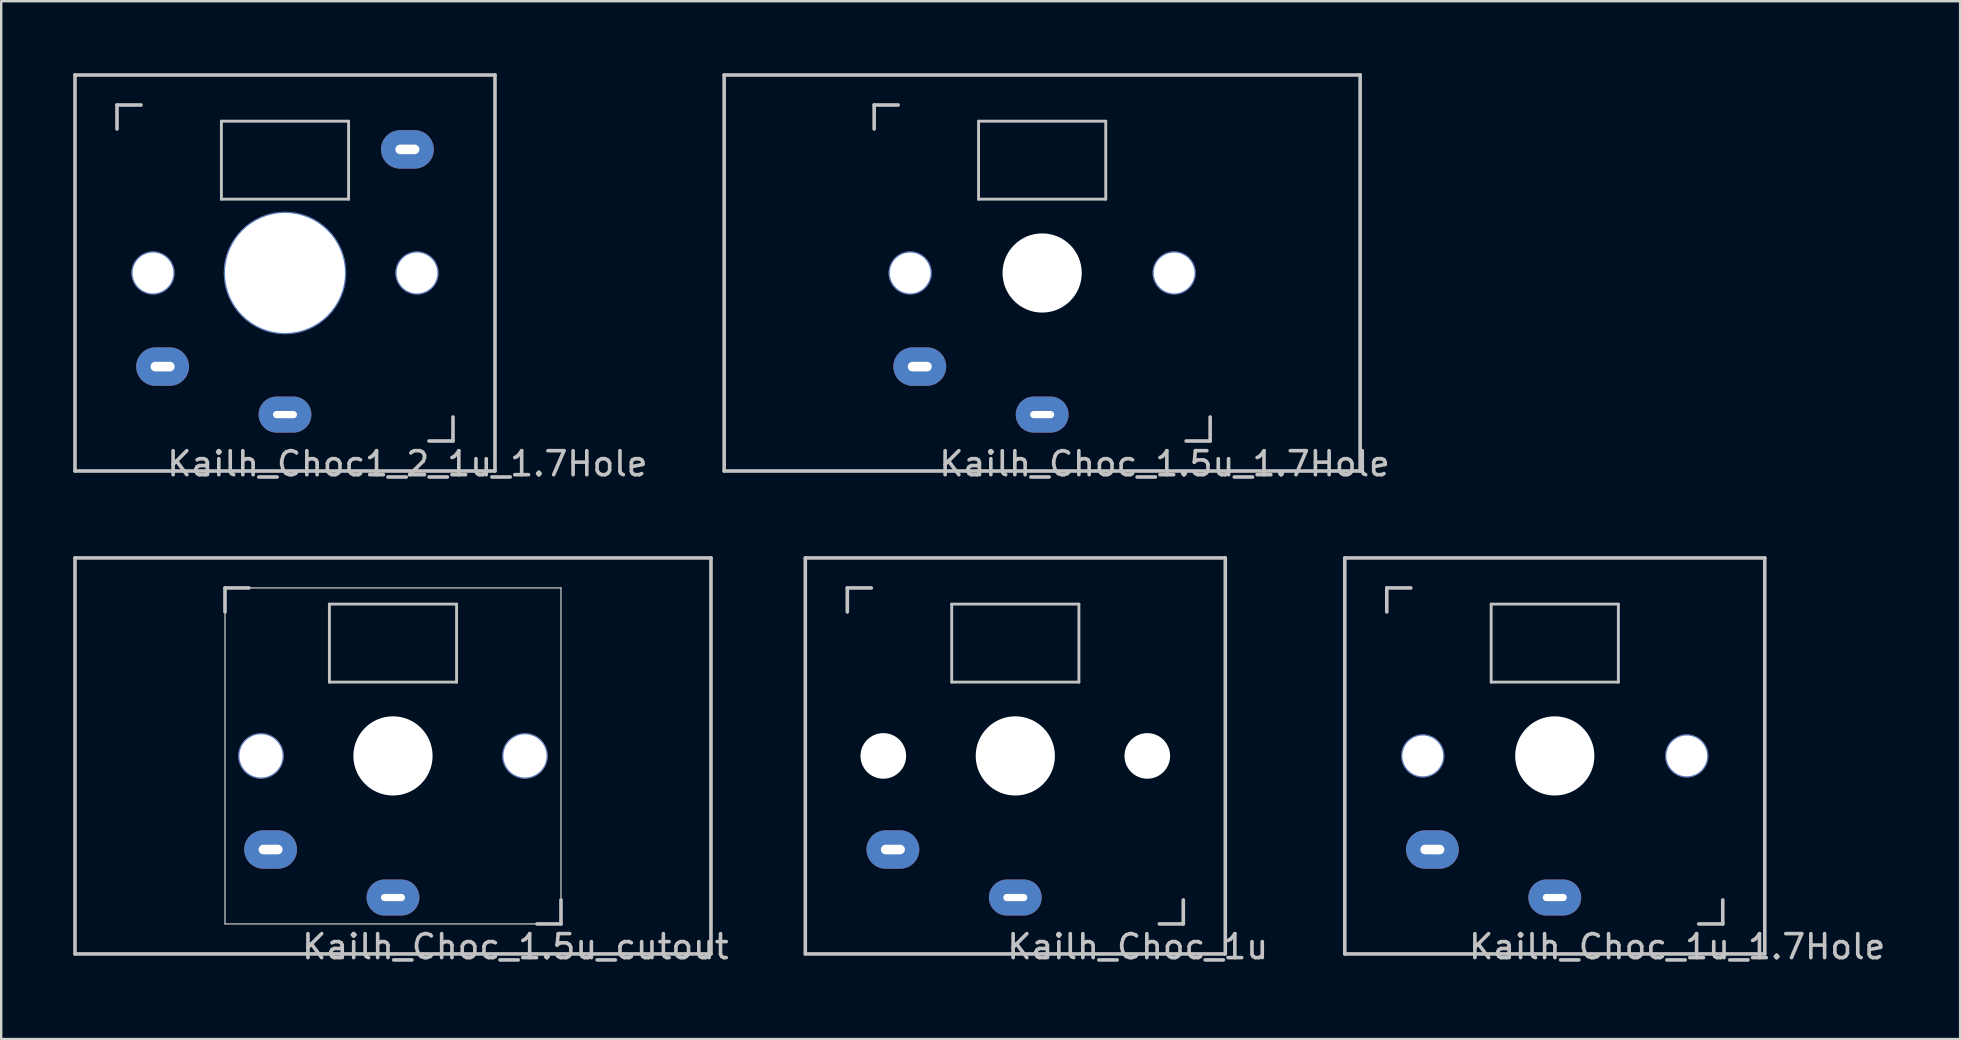
<source format=kicad_pcb>
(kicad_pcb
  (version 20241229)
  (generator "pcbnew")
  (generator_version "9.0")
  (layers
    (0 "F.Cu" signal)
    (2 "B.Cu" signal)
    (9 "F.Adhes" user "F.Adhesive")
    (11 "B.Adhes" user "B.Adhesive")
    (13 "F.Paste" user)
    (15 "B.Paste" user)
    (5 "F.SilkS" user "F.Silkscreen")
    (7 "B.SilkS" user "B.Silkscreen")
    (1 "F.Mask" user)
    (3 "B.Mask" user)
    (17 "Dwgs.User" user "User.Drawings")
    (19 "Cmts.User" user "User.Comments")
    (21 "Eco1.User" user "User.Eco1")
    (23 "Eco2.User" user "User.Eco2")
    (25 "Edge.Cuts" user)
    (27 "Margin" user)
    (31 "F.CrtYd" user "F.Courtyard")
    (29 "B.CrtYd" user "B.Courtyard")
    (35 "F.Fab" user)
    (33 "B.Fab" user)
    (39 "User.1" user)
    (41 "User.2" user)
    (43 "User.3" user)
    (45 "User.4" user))
  (footprint "Kailh_Choc_1.5u_cutout"
    (layer "F.Cu")
    (at 13.325 28.448)
    (property "Reference" "Kailh_Choc_1.5u_cutout" (at 5.1 7.95 180) (layer "Dwgs.User") (effects (font (size 1 1) (thickness 0.15))))
    (fp_line (start -13.25 -8.25) (end 13.25 -8.25) (stroke (width 0.15) (type solid)) (layer "Dwgs.User"))
    (fp_line (start -13.25 8.25) (end -13.25 -8.25) (stroke (width 0.15) (type solid)) (layer "Dwgs.User"))
    (fp_line (start -7 -7) (end -6 -7) (stroke (width 0.15) (type solid)) (layer "Dwgs.User"))
    (fp_line (start -7 -6) (end -7 -7) (stroke (width 0.15) (type solid)) (layer "Dwgs.User"))
    (fp_line (start -2.65 -6.325) (end 2.65 -6.325) (stroke (width 0.12) (type solid)) (layer "Dwgs.User"))
    (fp_line (start -2.65 -3.075) (end -2.65 -6.325) (stroke (width 0.12) (type solid)) (layer "Dwgs.User"))
    (fp_line (start 2.65 -6.325) (end 2.65 -3.075) (stroke (width 0.12) (type solid)) (layer "Dwgs.User"))
    (fp_line (start 2.65 -3.075) (end -2.65 -3.075) (stroke (width 0.12) (type solid)) (layer "Dwgs.User"))
    (fp_line (start 6 7) (end 7 7) (stroke (width 0.15) (type solid)) (layer "Dwgs.User"))
    (fp_line (start 7 7) (end 7 6) (stroke (width 0.15) (type solid)) (layer "Dwgs.User"))
    (fp_line (start 13.25 -8.25) (end 13.25 8.25) (stroke (width 0.15) (type solid)) (layer "Dwgs.User"))
    (fp_line (start 13.25 8.25) (end -13.25 8.25) (stroke (width 0.15) (type solid)) (layer "Dwgs.User"))
    (fp_line (start -7 -7) (end 7 -7) (stroke (width 0.05) (type solid)) (layer "Edge.Cuts"))
    (fp_line (start -7 7) (end -7 -7) (stroke (width 0.05) (type solid)) (layer "Edge.Cuts"))
    (fp_line (start 7 -7) (end 7 7) (stroke (width 0.05) (type solid)) (layer "Edge.Cuts"))
    (fp_line (start 7 7) (end -7 7) (stroke (width 0.05) (type solid)) (layer "Edge.Cuts"))
    (pad "" np_thru_hole circle (at -5.5 0 90) (size 1.9 1.9) (drill 1.8) (layers "*.Cu" "*.Mask"))
    (pad "" np_thru_hole circle (at 0 0 90) (size 3.3 3.3) (drill 3.3) (layers "*.Cu" "*.Mask"))
    (pad "" np_thru_hole circle (at 5.5 0 90) (size 1.9 1.9) (drill 1.8) (layers "*.Cu" "*.Mask"))
    (pad "1" thru_hole oval (at -5.1 3.9) (size 2.2 1.6) (drill oval 1 0.4) (layers "*.Cu" "B.Mask"))
    (pad "2" thru_hole oval (at 0 5.9) (size 2.2 1.5) (drill oval 1 0.3) (layers "*.Cu" "B.Mask")))
  (footprint "Kailh_Choc_1u_1.7Hole"
    (layer "F.Cu")
    (at 61.735 28.448)
    (property "Reference" "Kailh_Choc_1u_1.7Hole" (at 5.1 7.95 180) (layer "Dwgs.User") (effects (font (size 1 1) (thickness 0.15))))
    (fp_line (start -8.75 -8.25) (end 8.75 -8.25) (stroke (width 0.15) (type solid)) (layer "Dwgs.User"))
    (fp_line (start -8.75 8.25) (end -8.75 -8.25) (stroke (width 0.15) (type solid)) (layer "Dwgs.User"))
    (fp_line (start -7 -7) (end -6 -7) (stroke (width 0.15) (type solid)) (layer "Dwgs.User"))
    (fp_line (start -7 -6) (end -7 -7) (stroke (width 0.15) (type solid)) (layer "Dwgs.User"))
    (fp_line (start -2.65 -6.325) (end 2.65 -6.325) (stroke (width 0.12) (type solid)) (layer "Dwgs.User"))
    (fp_line (start -2.65 -3.075) (end -2.65 -6.325) (stroke (width 0.12) (type solid)) (layer "Dwgs.User"))
    (fp_line (start 2.65 -6.325) (end 2.65 -3.075) (stroke (width 0.12) (type solid)) (layer "Dwgs.User"))
    (fp_line (start 2.65 -3.075) (end -2.65 -3.075) (stroke (width 0.12) (type solid)) (layer "Dwgs.User"))
    (fp_line (start 6 7) (end 7 7) (stroke (width 0.15) (type solid)) (layer "Dwgs.User"))
    (fp_line (start 7 7) (end 7 6) (stroke (width 0.15) (type solid)) (layer "Dwgs.User"))
    (fp_line (start 8.75 -8.25) (end 8.75 8.25) (stroke (width 0.15) (type solid)) (layer "Dwgs.User"))
    (fp_line (start 8.75 8.25) (end -8.75 8.25) (stroke (width 0.15) (type solid)) (layer "Dwgs.User"))
    (pad "" np_thru_hole circle (at -5.5 0 90) (size 1.8 1.8) (drill 1.7) (layers "*.Cu" "*.Mask"))
    (pad "" np_thru_hole circle (at 0 0 90) (size 3.3 3.3) (drill 3.3) (layers "*.Cu" "*.Mask"))
    (pad "" np_thru_hole circle (at 5.5 0 90) (size 1.8 1.8) (drill 1.7) (layers "*.Cu" "*.Mask"))
    (pad "1" thru_hole oval (at -5.1 3.9) (size 2.2 1.6) (drill oval 1 0.4) (layers "*.Cu" "B.Mask"))
    (pad "2" thru_hole oval (at 0 5.9) (size 2.2 1.5) (drill oval 1 0.3) (layers "*.Cu" "B.Mask")))
  (footprint "Kailh_Choc_1.5u_1.7Hole"
    (layer "F.Cu")
    (at 40.375 8.325)
    (property "Reference" "Kailh_Choc_1.5u_1.7Hole" (at 5.1 7.95 180) (layer "Dwgs.User") (effects (font (size 1 1) (thickness 0.15))))
    (fp_line (start -13.25 -8.25) (end 13.25 -8.25) (stroke (width 0.15) (type solid)) (layer "Dwgs.User"))
    (fp_line (start -13.25 8.25) (end -13.25 -8.25) (stroke (width 0.15) (type solid)) (layer "Dwgs.User"))
    (fp_line (start -7 -7) (end -6 -7) (stroke (width 0.15) (type solid)) (layer "Dwgs.User"))
    (fp_line (start -7 -6) (end -7 -7) (stroke (width 0.15) (type solid)) (layer "Dwgs.User"))
    (fp_line (start -2.65 -6.325) (end 2.65 -6.325) (stroke (width 0.12) (type solid)) (layer "Dwgs.User"))
    (fp_line (start -2.65 -3.075) (end -2.65 -6.325) (stroke (width 0.12) (type solid)) (layer "Dwgs.User"))
    (fp_line (start 2.65 -6.325) (end 2.65 -3.075) (stroke (width 0.12) (type solid)) (layer "Dwgs.User"))
    (fp_line (start 2.65 -3.075) (end -2.65 -3.075) (stroke (width 0.12) (type solid)) (layer "Dwgs.User"))
    (fp_line (start 6 7) (end 7 7) (stroke (width 0.15) (type solid)) (layer "Dwgs.User"))
    (fp_line (start 7 7) (end 7 6) (stroke (width 0.15) (type solid)) (layer "Dwgs.User"))
    (fp_line (start 13.25 -8.25) (end 13.25 8.25) (stroke (width 0.15) (type solid)) (layer "Dwgs.User"))
    (fp_line (start 13.25 8.25) (end -13.25 8.25) (stroke (width 0.15) (type solid)) (layer "Dwgs.User"))
    (pad "" np_thru_hole circle (at -5.5 0 90) (size 1.8 1.8) (drill 1.7) (layers "*.Cu" "*.Mask"))
    (pad "" np_thru_hole circle (at 0 0 90) (size 3.3 3.3) (drill 3.3) (layers "*.Cu" "*.Mask"))
    (pad "" np_thru_hole circle (at 5.5 0 90) (size 1.8 1.8) (drill 1.7) (layers "*.Cu" "*.Mask"))
    (pad "1" thru_hole oval (at -5.1 3.9) (size 2.2 1.6) (drill oval 1 0.4) (layers "*.Cu" "B.Mask"))
    (pad "2" thru_hole oval (at 0 5.9) (size 2.2 1.5) (drill oval 1 0.3) (layers "*.Cu" "B.Mask")))
  (footprint "Kailh_Choc1_2_1u_1.7Hole"
    (layer "F.Cu")
    (at 8.825 8.325)
    (property "Reference" "Kailh_Choc1_2_1u_1.7Hole" (at 5.1 7.95 180) (layer "Dwgs.User") (effects (font (size 1 1) (thickness 0.15))))
    (fp_line (start -8.75 -8.25) (end 8.75 -8.25) (stroke (width 0.15) (type solid)) (layer "Dwgs.User"))
    (fp_line (start -8.75 8.25) (end -8.75 -8.25) (stroke (width 0.15) (type solid)) (layer "Dwgs.User"))
    (fp_line (start -7 -7) (end -6 -7) (stroke (width 0.15) (type solid)) (layer "Dwgs.User"))
    (fp_line (start -7 -6) (end -7 -7) (stroke (width 0.15) (type solid)) (layer "Dwgs.User"))
    (fp_line (start -2.65 -6.325) (end 2.65 -6.325) (stroke (width 0.12) (type solid)) (layer "Dwgs.User"))
    (fp_line (start -2.65 -3.075) (end -2.65 -6.325) (stroke (width 0.12) (type solid)) (layer "Dwgs.User"))
    (fp_line (start 2.65 -6.325) (end 2.65 -3.075) (stroke (width 0.12) (type solid)) (layer "Dwgs.User"))
    (fp_line (start 2.65 -3.075) (end -2.65 -3.075) (stroke (width 0.12) (type solid)) (layer "Dwgs.User"))
    (fp_line (start 6 7) (end 7 7) (stroke (width 0.15) (type solid)) (layer "Dwgs.User"))
    (fp_line (start 7 7) (end 7 6) (stroke (width 0.15) (type solid)) (layer "Dwgs.User"))
    (fp_line (start 8.75 -8.25) (end 8.75 8.25) (stroke (width 0.15) (type solid)) (layer "Dwgs.User"))
    (fp_line (start 8.75 8.25) (end -8.75 8.25) (stroke (width 0.15) (type solid)) (layer "Dwgs.User"))
    (pad "" np_thru_hole circle (at -5.5 0 90) (size 1.8 1.8) (drill 1.7) (layers "*.Cu" "*.Mask"))
    (pad "" np_thru_hole circle (at 0 0 90) (size 5.1 5.1) (drill 5) (layers "*.Cu" "*.Mask"))
    (pad "" np_thru_hole oval (at 5.1 -5.15) (size 2.2 1.6) (drill oval 1 0.4) (layers "*.Cu" "*.Mask"))
    (pad "" np_thru_hole circle (at 5.5 0 90) (size 1.8 1.8) (drill 1.7) (layers "*.Cu" "*.Mask"))
    (pad "1" thru_hole oval (at -5.1 3.9) (size 2.2 1.6) (drill oval 1 0.4) (layers "*.Cu" "B.Mask"))
    (pad "2" thru_hole oval (at 0 5.9) (size 2.2 1.5) (drill oval 1 0.3) (layers "*.Cu" "B.Mask")))
  (footprint "Kailh_Choc_1u"
    (layer "F.Cu")
    (at 39.256 28.448)
    (property "Reference" "Kailh_Choc_1u" (at 5.1 7.95 180) (layer "Dwgs.User") (effects (font (size 1 1) (thickness 0.15))))
    (attr through_hole)
    (fp_line (start -8.75 -8.25) (end 8.75 -8.25) (stroke (width 0.15) (type solid)) (layer "Dwgs.User"))
    (fp_line (start -8.75 8.25) (end -8.75 -8.25) (stroke (width 0.15) (type solid)) (layer "Dwgs.User"))
    (fp_line (start -7 -7) (end -6 -7) (stroke (width 0.15) (type solid)) (layer "Dwgs.User"))
    (fp_line (start -7 -6) (end -7 -7) (stroke (width 0.15) (type solid)) (layer "Dwgs.User"))
    (fp_line (start -2.65 -6.325) (end 2.65 -6.325) (stroke (width 0.12) (type solid)) (layer "Dwgs.User"))
    (fp_line (start -2.65 -3.075) (end -2.65 -6.325) (stroke (width 0.12) (type solid)) (layer "Dwgs.User"))
    (fp_line (start 2.65 -6.325) (end 2.65 -3.075) (stroke (width 0.12) (type solid)) (layer "Dwgs.User"))
    (fp_line (start 2.65 -3.075) (end -2.65 -3.075) (stroke (width 0.12) (type solid)) (layer "Dwgs.User"))
    (fp_line (start 6 7) (end 7 7) (stroke (width 0.15) (type solid)) (layer "Dwgs.User"))
    (fp_line (start 7 7) (end 7 6) (stroke (width 0.15) (type solid)) (layer "Dwgs.User"))
    (fp_line (start 8.75 -8.25) (end 8.75 8.25) (stroke (width 0.15) (type solid)) (layer "Dwgs.User"))
    (fp_line (start 8.75 8.25) (end -8.75 8.25) (stroke (width 0.15) (type solid)) (layer "Dwgs.User"))
    (pad "" np_thru_hole circle (at -5.5 0 90) (size 1.9 1.9) (drill 1.9) (layers "*.Cu" "*.Mask"))
    (pad "" np_thru_hole circle (at 0 0 90) (size 3.3 3.3) (drill 3.3) (layers "*.Cu" "*.Mask"))
    (pad "" np_thru_hole circle (at 5.5 0 90) (size 1.9 1.9) (drill 1.9) (layers "*.Cu" "*.Mask"))
    (pad "1" thru_hole oval (at -5.1 3.9) (size 2.2 1.6) (drill oval 1 0.4) (layers "*.Cu" "B.Mask"))
    (pad "2" thru_hole oval (at 0 5.9) (size 2.2 1.5) (drill oval 1 0.3) (layers "*.Cu" "B.Mask")))
  (gr_rect
    (start -3 -3)
    (end 78.626 40.246)
    (stroke (width 0.1) (type default))
    (fill no)
    (layer "Edge.Cuts")))
</source>
